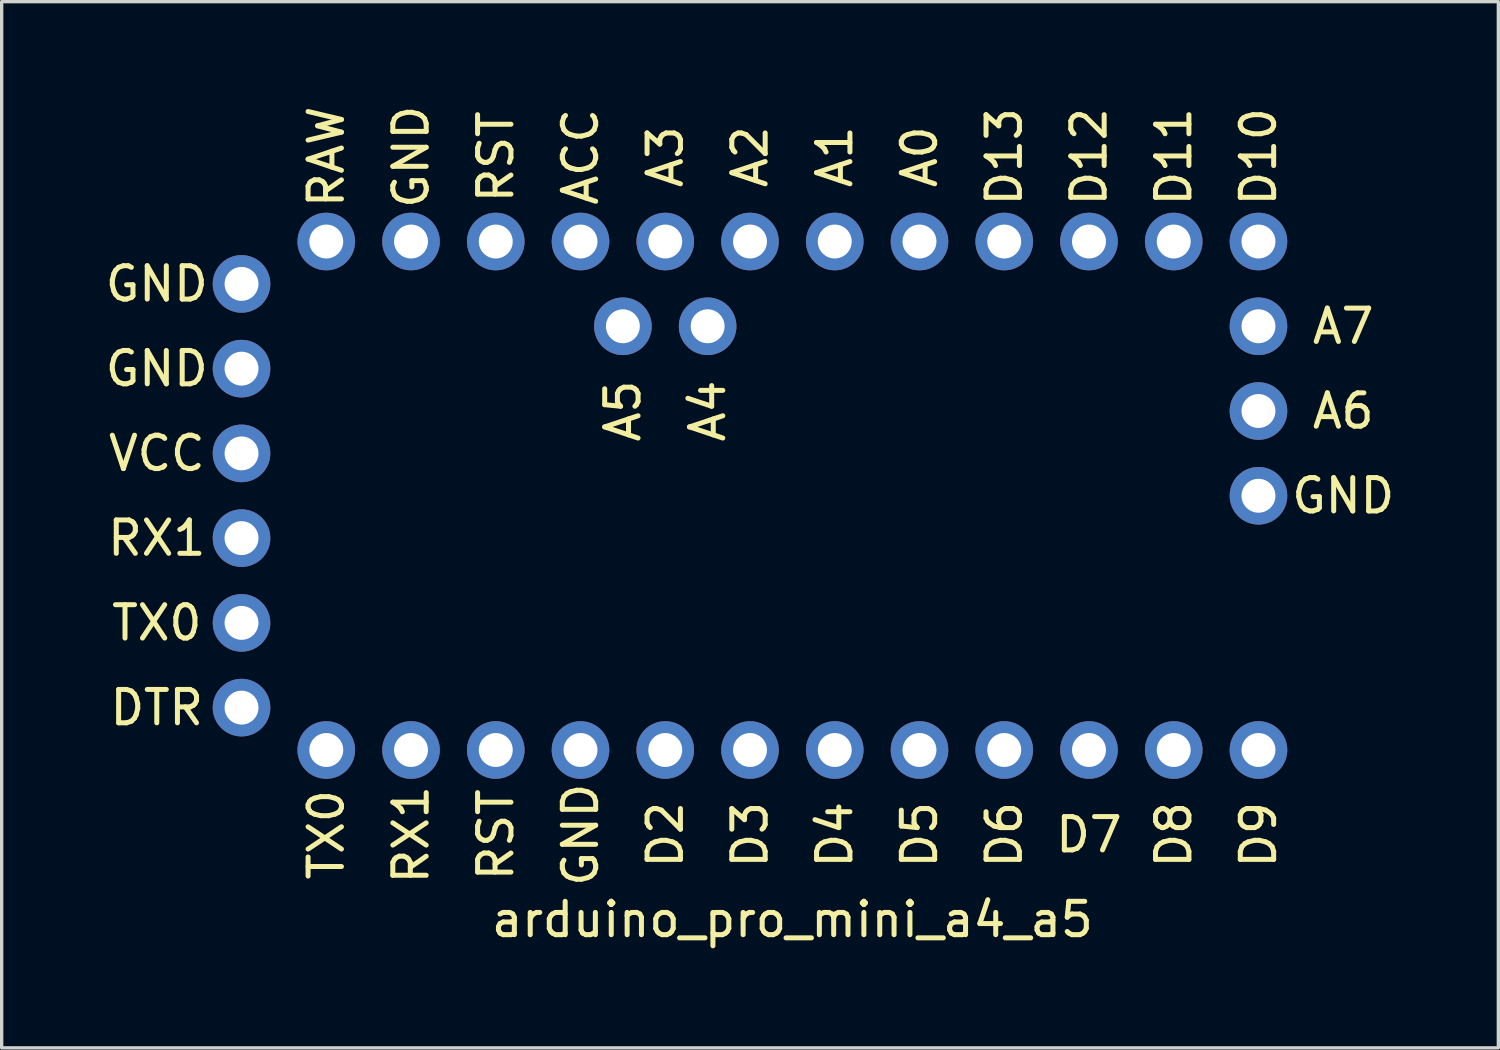
<source format=kicad_pcb>
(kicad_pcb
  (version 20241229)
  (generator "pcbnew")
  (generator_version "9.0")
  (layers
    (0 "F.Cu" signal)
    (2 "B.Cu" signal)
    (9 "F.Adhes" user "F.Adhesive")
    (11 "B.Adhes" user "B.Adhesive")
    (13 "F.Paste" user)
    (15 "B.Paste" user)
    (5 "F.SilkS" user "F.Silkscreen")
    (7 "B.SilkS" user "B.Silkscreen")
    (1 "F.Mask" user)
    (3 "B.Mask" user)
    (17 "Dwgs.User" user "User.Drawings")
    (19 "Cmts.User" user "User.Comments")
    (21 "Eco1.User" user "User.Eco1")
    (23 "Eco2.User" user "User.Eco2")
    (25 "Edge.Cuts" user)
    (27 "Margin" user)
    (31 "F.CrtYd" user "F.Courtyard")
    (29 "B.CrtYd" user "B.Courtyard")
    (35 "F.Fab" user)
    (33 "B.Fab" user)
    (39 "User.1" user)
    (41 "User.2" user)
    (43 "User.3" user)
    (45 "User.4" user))
  (footprint "arduino_pro_mini_a4_a5"
    (layer "F.Cu")
    (at 20.699 13.079)
    (property "Reference" "arduino_pro_mini_a4_a5" (at 0 11.43 0) (layer "F.SilkS") (effects (font (size 1 1) (thickness 0.15))))
    (attr through_hole)
    (fp_text user "D8" (at 11.43 8.89 90) (layer "F.SilkS") (effects (font (size 1 1) (thickness 0.15))))
    (fp_text user "GND" (at 16.51 -1.27 0) (layer "F.SilkS") (effects (font (size 1 1) (thickness 0.15))))
    (fp_text user "A6" (at 16.51 -3.81 180) (layer "F.SilkS") (effects (font (size 1 1) (thickness 0.15))))
    (fp_text user "A5" (at -5.08 -3.81 90) (layer "F.SilkS") (effects (font (size 1 1) (thickness 0.15))))
    (fp_text user "RST" (at -8.89 -11.43 90) (layer "F.SilkS") (effects (font (size 1 1) (thickness 0.15))))
    (fp_text user "D3" (at -1.27 8.89 90) (layer "F.SilkS") (effects (font (size 1 1) (thickness 0.15))))
    (fp_text user "A0" (at 3.81 -11.43 90) (layer "F.SilkS") (effects (font (size 1 1) (thickness 0.15))))
    (fp_text user "D6" (at 6.35 8.89 90) (layer "F.SilkS") (effects (font (size 1 1) (thickness 0.15))))
    (fp_text user "D12" (at 8.89 -11.43 90) (layer "F.SilkS") (effects (font (size 1 1) (thickness 0.15))))
    (fp_text user "A2" (at -1.27 -11.43 90) (layer "F.SilkS") (effects (font (size 1 1) (thickness 0.15))))
    (fp_text user "A3" (at -3.81 -11.43 90) (layer "F.SilkS") (effects (font (size 1 1) (thickness 0.15))))
    (fp_text user "DTR" (at -19.05 5.08 0) (layer "F.SilkS") (effects (font (size 1 1) (thickness 0.15))))
    (fp_text user "D5" (at 3.81 8.89 90) (layer "F.SilkS") (effects (font (size 1 1) (thickness 0.15))))
    (fp_text user "D2" (at -3.81 8.89 90) (layer "F.SilkS") (effects (font (size 1 1) (thickness 0.15))))
    (fp_text user "D9" (at 13.97 8.89 90) (layer "F.SilkS") (effects (font (size 1 1) (thickness 0.15))))
    (fp_text user "GND" (at -19.05 -7.62 0) (layer "F.SilkS") (effects (font (size 1 1) (thickness 0.15))))
    (fp_text user "D7" (at 8.89 8.89 0) (layer "F.SilkS") (effects (font (size 1 1) (thickness 0.15))))
    (fp_text user "D13" (at 6.35 -11.43 90) (layer "F.SilkS") (effects (font (size 1 1) (thickness 0.15))))
    (fp_text user "RST" (at -8.89 8.89 90) (layer "F.SilkS") (effects (font (size 1 1) (thickness 0.15))))
    (fp_text user "RX1" (at -11.43 8.89 90) (layer "F.SilkS") (effects (font (size 1 1) (thickness 0.15))))
    (fp_text user "GND" (at -6.35 8.89 90) (layer "F.SilkS") (effects (font (size 1 1) (thickness 0.15))))
    (fp_text user "ACC" (at -6.35 -11.43 90) (layer "F.SilkS") (effects (font (size 1 1) (thickness 0.15))))
    (fp_text user "A7" (at 16.51 -6.35 180) (layer "F.SilkS") (effects (font (size 1 1) (thickness 0.15))))
    (fp_text user "GND" (at -19.05 -5.08 0) (layer "F.SilkS") (effects (font (size 1 1) (thickness 0.15))))
    (fp_text user "D11" (at 11.43 -11.43 90) (layer "F.SilkS") (effects (font (size 1 1) (thickness 0.15))))
    (fp_text user "A4" (at -2.54 -3.81 90) (layer "F.SilkS") (effects (font (size 1 1) (thickness 0.15))))
    (fp_text user "A1" (at 1.27 -11.43 90) (layer "F.SilkS") (effects (font (size 1 1) (thickness 0.15))))
    (fp_text user "D4" (at 1.27 8.89 90) (layer "F.SilkS") (effects (font (size 1 1) (thickness 0.15))))
    (fp_text user "TX0" (at -19.05 2.54 0) (layer "F.SilkS") (effects (font (size 1 1) (thickness 0.15))))
    (fp_text user "TX0" (at -13.97 8.89 90) (layer "F.SilkS") (effects (font (size 1 1) (thickness 0.15))))
    (fp_text user "RAW" (at -13.97 -11.43 90) (layer "F.SilkS") (effects (font (size 1 1) (thickness 0.15))))
    (fp_text user "VCC" (at -19.05 -2.54 0) (layer "F.SilkS") (effects (font (size 1 1) (thickness 0.15))))
    (fp_text user "GND" (at -11.43 -11.43 90) (layer "F.SilkS") (effects (font (size 1 1) (thickness 0.15))))
    (fp_text user "RX1" (at -19.05 0 0) (layer "F.SilkS") (effects (font (size 1 1) (thickness 0.15))))
    (fp_text user "D10" (at 13.97 -11.43 90) (layer "F.SilkS") (effects (font (size 1 1) (thickness 0.15))))
    (pad "1" thru_hole circle (at -13.97 6.35) (size 1.727 1.727) (drill 1.016) (layers "*.Cu" "*.Mask"))
    (pad "2" thru_hole circle (at -11.43 6.35) (size 1.727 1.727) (drill 1.016) (layers "*.Cu" "*.Mask"))
    (pad "3" thru_hole circle (at -8.89 6.35) (size 1.727 1.727) (drill 1.016) (layers "*.Cu" "*.Mask"))
    (pad "4" thru_hole circle (at -6.35 6.35) (size 1.727 1.727) (drill 1.016) (layers "*.Cu" "*.Mask"))
    (pad "5" thru_hole circle (at -3.81 6.35) (size 1.727 1.727) (drill 1.016) (layers "*.Cu" "*.Mask"))
    (pad "6" thru_hole circle (at -1.27 6.35) (size 1.727 1.727) (drill 1.016) (layers "*.Cu" "*.Mask"))
    (pad "7" thru_hole circle (at 1.27 6.35) (size 1.727 1.727) (drill 1.016) (layers "*.Cu" "*.Mask"))
    (pad "8" thru_hole circle (at 3.81 6.35) (size 1.727 1.727) (drill 1.016) (layers "*.Cu" "*.Mask"))
    (pad "9" thru_hole circle (at 6.35 6.35) (size 1.727 1.727) (drill 1.016) (layers "*.Cu" "*.Mask"))
    (pad "10" thru_hole circle (at 8.89 6.35) (size 1.727 1.727) (drill 1.016) (layers "*.Cu" "*.Mask"))
    (pad "11" thru_hole circle (at 11.43 6.35) (size 1.727 1.727) (drill 1.016) (layers "*.Cu" "*.Mask"))
    (pad "12" thru_hole circle (at 13.97 6.35) (size 1.727 1.727) (drill 1.016) (layers "*.Cu" "*.Mask"))
    (pad "13" thru_hole circle (at 13.97 -1.27) (size 1.727 1.727) (drill 1.016) (layers "*.Cu" "*.Mask"))
    (pad "14" thru_hole circle (at 13.97 -3.81) (size 1.727 1.727) (drill 1.016) (layers "*.Cu" "*.Mask"))
    (pad "15" thru_hole circle (at 13.97 -6.35) (size 1.727 1.727) (drill 1.016) (layers "*.Cu" "*.Mask"))
    (pad "16" thru_hole circle (at 13.97 -8.89) (size 1.727 1.727) (drill 1.016) (layers "*.Cu" "*.Mask"))
    (pad "17" thru_hole circle (at 11.43 -8.89) (size 1.727 1.727) (drill 1.016) (layers "*.Cu" "*.Mask"))
    (pad "18" thru_hole circle (at 8.89 -8.89) (size 1.727 1.727) (drill 1.016) (layers "*.Cu" "*.Mask"))
    (pad "19" thru_hole circle (at 6.35 -8.89) (size 1.727 1.727) (drill 1.016) (layers "*.Cu" "*.Mask"))
    (pad "20" thru_hole circle (at 3.81 -8.89) (size 1.727 1.727) (drill 1.016) (layers "*.Cu" "*.Mask"))
    (pad "21" thru_hole circle (at 1.27 -8.89) (size 1.727 1.727) (drill 1.016) (layers "*.Cu" "*.Mask"))
    (pad "22" thru_hole circle (at -1.27 -8.89) (size 1.727 1.727) (drill 1.016) (layers "*.Cu" "*.Mask"))
    (pad "23" thru_hole circle (at -3.81 -8.89) (size 1.727 1.727) (drill 1.016) (layers "*.Cu" "*.Mask"))
    (pad "24" thru_hole circle (at -2.54 -6.35) (size 1.727 1.727) (drill 1.016) (layers "*.Cu" "*.Mask"))
    (pad "25" thru_hole circle (at -5.08 -6.35) (size 1.727 1.727) (drill 1.016) (layers "*.Cu" "*.Mask"))
    (pad "26" thru_hole circle (at -6.35 -8.89) (size 1.727 1.727) (drill 1.016) (layers "*.Cu" "*.Mask"))
    (pad "27" thru_hole circle (at -8.89 -8.89) (size 1.727 1.727) (drill 1.016) (layers "*.Cu" "*.Mask"))
    (pad "28" thru_hole circle (at -11.43 -8.89) (size 1.727 1.727) (drill 1.016) (layers "*.Cu" "*.Mask"))
    (pad "29" thru_hole circle (at -13.97 -8.89) (size 1.727 1.727) (drill 1.016) (layers "*.Cu" "*.Mask"))
    (pad "30" thru_hole circle (at -16.51 -7.62) (size 1.727 1.727) (drill 1.016) (layers "*.Cu" "*.Mask"))
    (pad "31" thru_hole circle (at -16.51 -5.08) (size 1.727 1.727) (drill 1.016) (layers "*.Cu" "*.Mask"))
    (pad "32" thru_hole circle (at -16.51 -2.54) (size 1.727 1.727) (drill 1.016) (layers "*.Cu" "*.Mask"))
    (pad "33" thru_hole circle (at -16.51 0) (size 1.727 1.727) (drill 1.016) (layers "*.Cu" "*.Mask"))
    (pad "34" thru_hole circle (at -16.51 2.54) (size 1.727 1.727) (drill 1.016) (layers "*.Cu" "*.Mask"))
    (pad "35" thru_hole circle (at -16.51 5.08) (size 1.727 1.727) (drill 1.016) (layers "*.Cu" "*.Mask")))
  (gr_rect
    (start -3 -3)
    (end 41.858 28.357)
    (stroke (width 0.1) (type default))
    (fill no)
    (layer "Edge.Cuts")))
</source>
